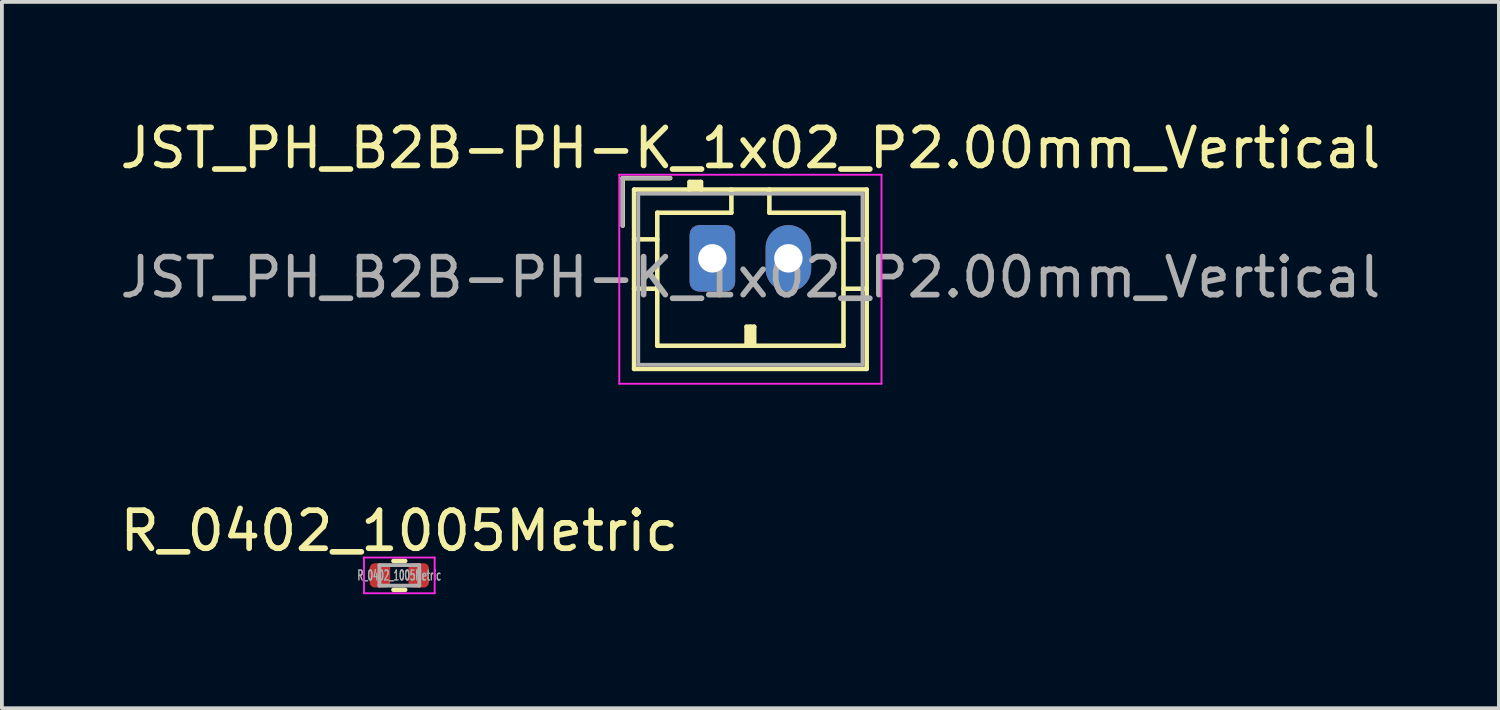
<source format=kicad_pcb>
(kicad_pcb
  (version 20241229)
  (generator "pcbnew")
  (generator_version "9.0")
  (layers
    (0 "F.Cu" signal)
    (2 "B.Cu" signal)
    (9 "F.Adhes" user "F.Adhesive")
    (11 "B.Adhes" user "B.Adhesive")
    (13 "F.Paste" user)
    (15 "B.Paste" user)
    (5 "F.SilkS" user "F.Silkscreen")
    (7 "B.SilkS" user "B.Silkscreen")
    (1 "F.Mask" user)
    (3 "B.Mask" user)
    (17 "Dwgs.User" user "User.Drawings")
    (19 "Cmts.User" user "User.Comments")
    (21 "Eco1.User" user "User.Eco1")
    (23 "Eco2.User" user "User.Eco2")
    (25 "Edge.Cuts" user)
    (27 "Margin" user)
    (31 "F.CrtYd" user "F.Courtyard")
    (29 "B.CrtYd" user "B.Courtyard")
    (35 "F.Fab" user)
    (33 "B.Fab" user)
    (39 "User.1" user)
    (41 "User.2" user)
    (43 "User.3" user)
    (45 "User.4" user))
  (footprint "JST_PH_B2B-PH-K_1x02_P2.00mm_Vertical"
    (layer "F.Cu")
    (at 16.696 3.748)
    (property "Reference" "JST_PH_B2B-PH-K_1x02_P2.00mm_Vertical" (at 0 -2.9 0) (layer "F.SilkS") (effects (font (size 1 1) (thickness 0.15))))
    (attr through_hole)
    (fp_line (start -3.36 -2.11) (end -3.36 -0.86) (stroke (width 0.12) (type solid)) (layer "F.SilkS"))
    (fp_line (start -3.06 -1.81) (end -3.06 2.91) (stroke (width 0.12) (type solid)) (layer "F.SilkS"))
    (fp_line (start -3.06 -0.5) (end -2.45 -0.5) (stroke (width 0.12) (type solid)) (layer "F.SilkS"))
    (fp_line (start -3.06 0.8) (end -2.45 0.8) (stroke (width 0.12) (type solid)) (layer "F.SilkS"))
    (fp_line (start -3.06 2.91) (end 3.06 2.91) (stroke (width 0.12) (type solid)) (layer "F.SilkS"))
    (fp_line (start -2.45 -1.2) (end -2.45 2.3) (stroke (width 0.12) (type solid)) (layer "F.SilkS"))
    (fp_line (start -2.45 2.3) (end 2.45 2.3) (stroke (width 0.12) (type solid)) (layer "F.SilkS"))
    (fp_line (start -2.11 -2.11) (end -3.36 -2.11) (stroke (width 0.12) (type solid)) (layer "F.SilkS"))
    (fp_line (start -1.6 -2.01) (end -1.6 -1.81) (stroke (width 0.12) (type solid)) (layer "F.SilkS"))
    (fp_line (start -1.3 -2.01) (end -1.6 -2.01) (stroke (width 0.12) (type solid)) (layer "F.SilkS"))
    (fp_line (start -1.3 -1.91) (end -1.6 -1.91) (stroke (width 0.12) (type solid)) (layer "F.SilkS"))
    (fp_line (start -1.3 -1.81) (end -1.3 -2.01) (stroke (width 0.12) (type solid)) (layer "F.SilkS"))
    (fp_line (start -0.5 -1.81) (end -0.5 -1.2) (stroke (width 0.12) (type solid)) (layer "F.SilkS"))
    (fp_line (start -0.5 -1.2) (end -2.45 -1.2) (stroke (width 0.12) (type solid)) (layer "F.SilkS"))
    (fp_line (start -0.1 1.8) (end 0.1 1.8) (stroke (width 0.12) (type solid)) (layer "F.SilkS"))
    (fp_line (start -0.1 2.3) (end -0.1 1.8) (stroke (width 0.12) (type solid)) (layer "F.SilkS"))
    (fp_line (start 0 2.3) (end 0 1.8) (stroke (width 0.12) (type solid)) (layer "F.SilkS"))
    (fp_line (start 0.1 1.8) (end 0.1 2.3) (stroke (width 0.12) (type solid)) (layer "F.SilkS"))
    (fp_line (start 0.5 -1.2) (end 0.5 -1.81) (stroke (width 0.12) (type solid)) (layer "F.SilkS"))
    (fp_line (start 2.45 -1.2) (end 0.5 -1.2) (stroke (width 0.12) (type solid)) (layer "F.SilkS"))
    (fp_line (start 2.45 2.3) (end 2.45 -1.2) (stroke (width 0.12) (type solid)) (layer "F.SilkS"))
    (fp_line (start 3.06 -1.81) (end -3.06 -1.81) (stroke (width 0.12) (type solid)) (layer "F.SilkS"))
    (fp_line (start 3.06 -0.5) (end 2.45 -0.5) (stroke (width 0.12) (type solid)) (layer "F.SilkS"))
    (fp_line (start 3.06 0.8) (end 2.45 0.8) (stroke (width 0.12) (type solid)) (layer "F.SilkS"))
    (fp_line (start 3.06 2.91) (end 3.06 -1.81) (stroke (width 0.12) (type solid)) (layer "F.SilkS"))
    (fp_line (start -3.45 -2.2) (end -3.45 3.3) (stroke (width 0.05) (type solid)) (layer "F.CrtYd"))
    (fp_line (start -3.45 3.3) (end 3.45 3.3) (stroke (width 0.05) (type solid)) (layer "F.CrtYd"))
    (fp_line (start 3.45 -2.2) (end -3.45 -2.2) (stroke (width 0.05) (type solid)) (layer "F.CrtYd"))
    (fp_line (start 3.45 3.3) (end 3.45 -2.2) (stroke (width 0.05) (type solid)) (layer "F.CrtYd"))
    (fp_line (start -3.36 -2.11) (end -3.36 -0.86) (stroke (width 0.1) (type solid)) (layer "F.Fab"))
    (fp_line (start -2.95 -1.7) (end -2.95 2.8) (stroke (width 0.1) (type solid)) (layer "F.Fab"))
    (fp_line (start -2.95 2.8) (end 2.95 2.8) (stroke (width 0.1) (type solid)) (layer "F.Fab"))
    (fp_line (start -2.11 -2.11) (end -3.36 -2.11) (stroke (width 0.1) (type solid)) (layer "F.Fab"))
    (fp_line (start 2.95 -1.7) (end -2.95 -1.7) (stroke (width 0.1) (type solid)) (layer "F.Fab"))
    (fp_line (start 2.95 2.8) (end 2.95 -1.7) (stroke (width 0.1) (type solid)) (layer "F.Fab"))
    (fp_text user "${REFERENCE}" (at 0 0.5 0) (layer "F.Fab") (effects (font (size 1 1) (thickness 0.15))))
    (pad "1" thru_hole roundrect (at -1 0) (size 1.2 1.75) (drill 0.75) (layers "*.Cu" "*.Mask") (roundrect_rratio 0.208))
    (pad "2" thru_hole oval (at 1 0) (size 1.2 1.75) (drill 0.75) (layers "*.Cu" "*.Mask")))
  (footprint "R_0402_1005Metric"
    (layer "F.Cu")
    (at 7.458 12.091)
    (property "Reference" "R_0402_1005Metric" (at 0 -1.17 180) (layer "F.SilkS") (effects (font (size 1 1) (thickness 0.15))))
    (attr smd)
    (fp_line (start -0.154 -0.38) (end 0.154 -0.38) (stroke (width 0.12) (type solid)) (layer "F.SilkS"))
    (fp_line (start -0.154 0.38) (end 0.154 0.38) (stroke (width 0.12) (type solid)) (layer "F.SilkS"))
    (fp_line (start -0.93 -0.47) (end 0.93 -0.47) (stroke (width 0.05) (type solid)) (layer "F.CrtYd"))
    (fp_line (start -0.93 0.47) (end -0.93 -0.47) (stroke (width 0.05) (type solid)) (layer "F.CrtYd"))
    (fp_line (start 0.93 -0.47) (end 0.93 0.47) (stroke (width 0.05) (type solid)) (layer "F.CrtYd"))
    (fp_line (start 0.93 0.47) (end -0.93 0.47) (stroke (width 0.05) (type solid)) (layer "F.CrtYd"))
    (fp_line (start -0.525 -0.27) (end 0.525 -0.27) (stroke (width 0.1) (type solid)) (layer "F.Fab"))
    (fp_line (start -0.525 0.27) (end -0.525 -0.27) (stroke (width 0.1) (type solid)) (layer "F.Fab"))
    (fp_line (start 0.525 -0.27) (end 0.525 0.27) (stroke (width 0.1) (type solid)) (layer "F.Fab"))
    (fp_line (start 0.525 0.27) (end -0.525 0.27) (stroke (width 0.1) (type solid)) (layer "F.Fab"))
    (fp_text user "${REFERENCE}" (at 0 0 180) (layer "F.Fab") (effects (font (size 0.26 0.15) (thickness 0.037))))
    (pad "1" smd roundrect (at -0.51 0) (size 0.54 0.64) (layers "F.Cu" "F.Mask" "F.Paste") (roundrect_rratio 0.25))
    (pad "2" smd roundrect (at 0.51 0) (size 0.54 0.64) (layers "F.Cu" "F.Mask" "F.Paste") (roundrect_rratio 0.25)))
  (gr_rect
    (start -3 -3)
    (end 36.393 15.586)
    (stroke (width 0.1) (type default))
    (fill no)
    (layer "Edge.Cuts")))
</source>
